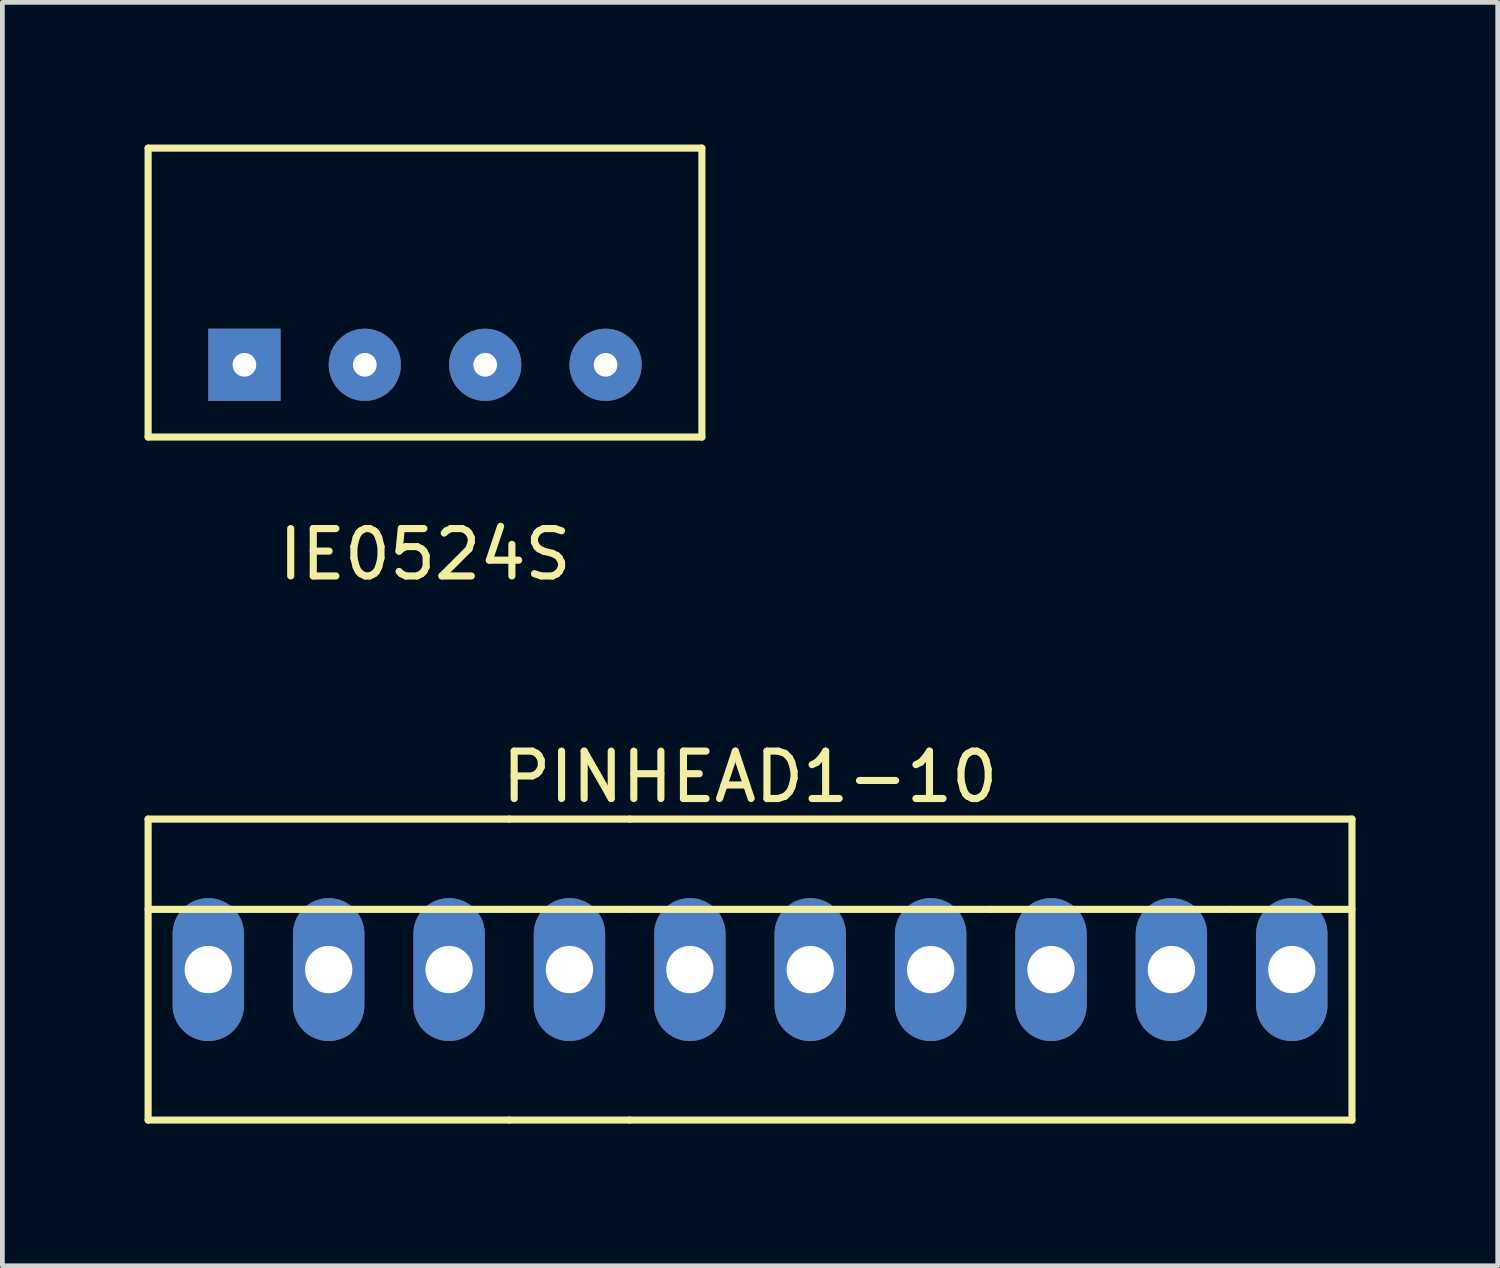
<source format=kicad_pcb>
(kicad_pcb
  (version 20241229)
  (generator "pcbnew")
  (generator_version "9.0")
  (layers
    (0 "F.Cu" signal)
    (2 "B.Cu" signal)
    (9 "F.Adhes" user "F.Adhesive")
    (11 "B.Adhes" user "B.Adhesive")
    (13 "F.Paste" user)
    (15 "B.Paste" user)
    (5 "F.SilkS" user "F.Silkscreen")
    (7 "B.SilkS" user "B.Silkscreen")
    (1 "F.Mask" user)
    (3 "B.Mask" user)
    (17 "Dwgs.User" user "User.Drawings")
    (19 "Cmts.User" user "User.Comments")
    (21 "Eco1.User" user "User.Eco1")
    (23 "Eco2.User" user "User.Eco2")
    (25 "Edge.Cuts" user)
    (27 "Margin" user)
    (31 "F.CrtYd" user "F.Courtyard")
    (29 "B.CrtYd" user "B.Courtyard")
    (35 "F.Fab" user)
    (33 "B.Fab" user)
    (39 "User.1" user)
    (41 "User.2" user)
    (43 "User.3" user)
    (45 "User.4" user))
  (footprint "PINHEAD1-10"
    (layer "F.Cu")
    (at 12.775 17.28)
    (property "Reference" "PINHEAD1-10" (at 0 -3.937 0) (layer "F.SilkS") (effects (font (size 1 1) (thickness 0.15))))
    (attr exclude_from_pos_files exclude_from_bom)
    (fp_line (start -12.7 -3.048) (end -12.7 3.302) (stroke (width 0.15) (type solid)) (layer "F.SilkS"))
    (fp_line (start -12.7 -3.048) (end -5.08 -3.048) (stroke (width 0.15) (type solid)) (layer "F.SilkS"))
    (fp_line (start -5.08 -3.048) (end -2.54 -3.048) (stroke (width 0.15) (type solid)) (layer "F.SilkS"))
    (fp_line (start -5.08 -1.143) (end -12.7 -1.143) (stroke (width 0.15) (type solid)) (layer "F.SilkS"))
    (fp_line (start -5.08 -1.143) (end -2.54 -1.143) (stroke (width 0.15) (type solid)) (layer "F.SilkS"))
    (fp_line (start -5.08 3.302) (end -12.7 3.302) (stroke (width 0.15) (type solid)) (layer "F.SilkS"))
    (fp_line (start -5.08 3.302) (end -2.54 3.302) (stroke (width 0.15) (type solid)) (layer "F.SilkS"))
    (fp_line (start -2.54 -3.048) (end 12.7 -3.048) (stroke (width 0.15) (type solid)) (layer "F.SilkS"))
    (fp_line (start -2.54 3.302) (end 12.7 3.302) (stroke (width 0.15) (type solid)) (layer "F.SilkS"))
    (fp_line (start 5.08 -1.143) (end -2.54 -1.143) (stroke (width 0.15) (type solid)) (layer "F.SilkS"))
    (fp_line (start 5.08 -1.143) (end 10.16 -1.143) (stroke (width 0.15) (type solid)) (layer "F.SilkS"))
    (fp_line (start 10.16 -1.143) (end 12.7 -1.143) (stroke (width 0.15) (type solid)) (layer "F.SilkS"))
    (fp_line (start 12.7 -3.048) (end 12.7 3.302) (stroke (width 0.15) (type solid)) (layer "F.SilkS"))
    (pad "1" thru_hole oval (at -11.43 0.127) (size 1.506 3.015) (drill 0.998) (layers "*.Cu" "*.Mask"))
    (pad "2" thru_hole oval (at -8.89 0.127) (size 1.506 3.015) (drill 0.998) (layers "*.Cu" "*.Mask"))
    (pad "3" thru_hole oval (at -6.35 0.127) (size 1.506 3.015) (drill 0.998) (layers "*.Cu" "*.Mask"))
    (pad "4" thru_hole oval (at -3.81 0.127) (size 1.506 3.015) (drill 0.998) (layers "*.Cu" "*.Mask"))
    (pad "5" thru_hole oval (at -1.27 0.127) (size 1.506 3.015) (drill 0.998) (layers "*.Cu" "*.Mask"))
    (pad "6" thru_hole oval (at 1.27 0.127) (size 1.506 3.015) (drill 0.998) (layers "*.Cu" "*.Mask"))
    (pad "7" thru_hole oval (at 3.81 0.127) (size 1.506 3.015) (drill 0.998) (layers "*.Cu" "*.Mask"))
    (pad "8" thru_hole oval (at 6.35 0.127) (size 1.506 3.015) (drill 0.998) (layers "*.Cu" "*.Mask"))
    (pad "9" thru_hole oval (at 8.89 0.127) (size 1.506 3.015) (drill 0.998) (layers "*.Cu" "*.Mask"))
    (pad "10" thru_hole oval (at 11.43 0.127) (size 1.506 3.015) (drill 0.998) (layers "*.Cu" "*.Mask")))
  (footprint "IE0524S"
    (layer "F.Cu")
    (at 5.917 4.647)
    (property "Reference" "IE0524S" (at 0 4 0) (layer "F.SilkS") (effects (font (size 1 1) (thickness 0.15))))
    (attr through_hole)
    (fp_line (start -5.842 -4.572) (end -5.842 1.524) (stroke (width 0.15) (type solid)) (layer "F.SilkS"))
    (fp_line (start 5.842 -4.572) (end -5.842 -4.572) (stroke (width 0.15) (type solid)) (layer "F.SilkS"))
    (fp_line (start 5.842 -4.572) (end 5.842 1.524) (stroke (width 0.15) (type solid)) (layer "F.SilkS"))
    (fp_line (start 5.842 1.524) (end -5.842 1.524) (stroke (width 0.15) (type solid)) (layer "F.SilkS"))
    (pad "1" thru_hole rect (at -3.81 0) (size 1.524 1.524) (drill 0.5) (layers "*.Cu" "*.Mask"))
    (pad "2" thru_hole circle (at -1.27 0) (size 1.524 1.524) (drill 0.5) (layers "*.Cu" "*.Mask"))
    (pad "3" thru_hole circle (at 1.27 0) (size 1.524 1.524) (drill 0.5) (layers "*.Cu" "*.Mask"))
    (pad "4" thru_hole circle (at 3.81 0) (size 1.524 1.524) (drill 0.5) (layers "*.Cu" "*.Mask")))
  (gr_rect
    (start -3 -3)
    (end 28.55 23.657)
    (stroke (width 0.1) (type default))
    (fill no)
    (layer "Edge.Cuts")))
</source>
